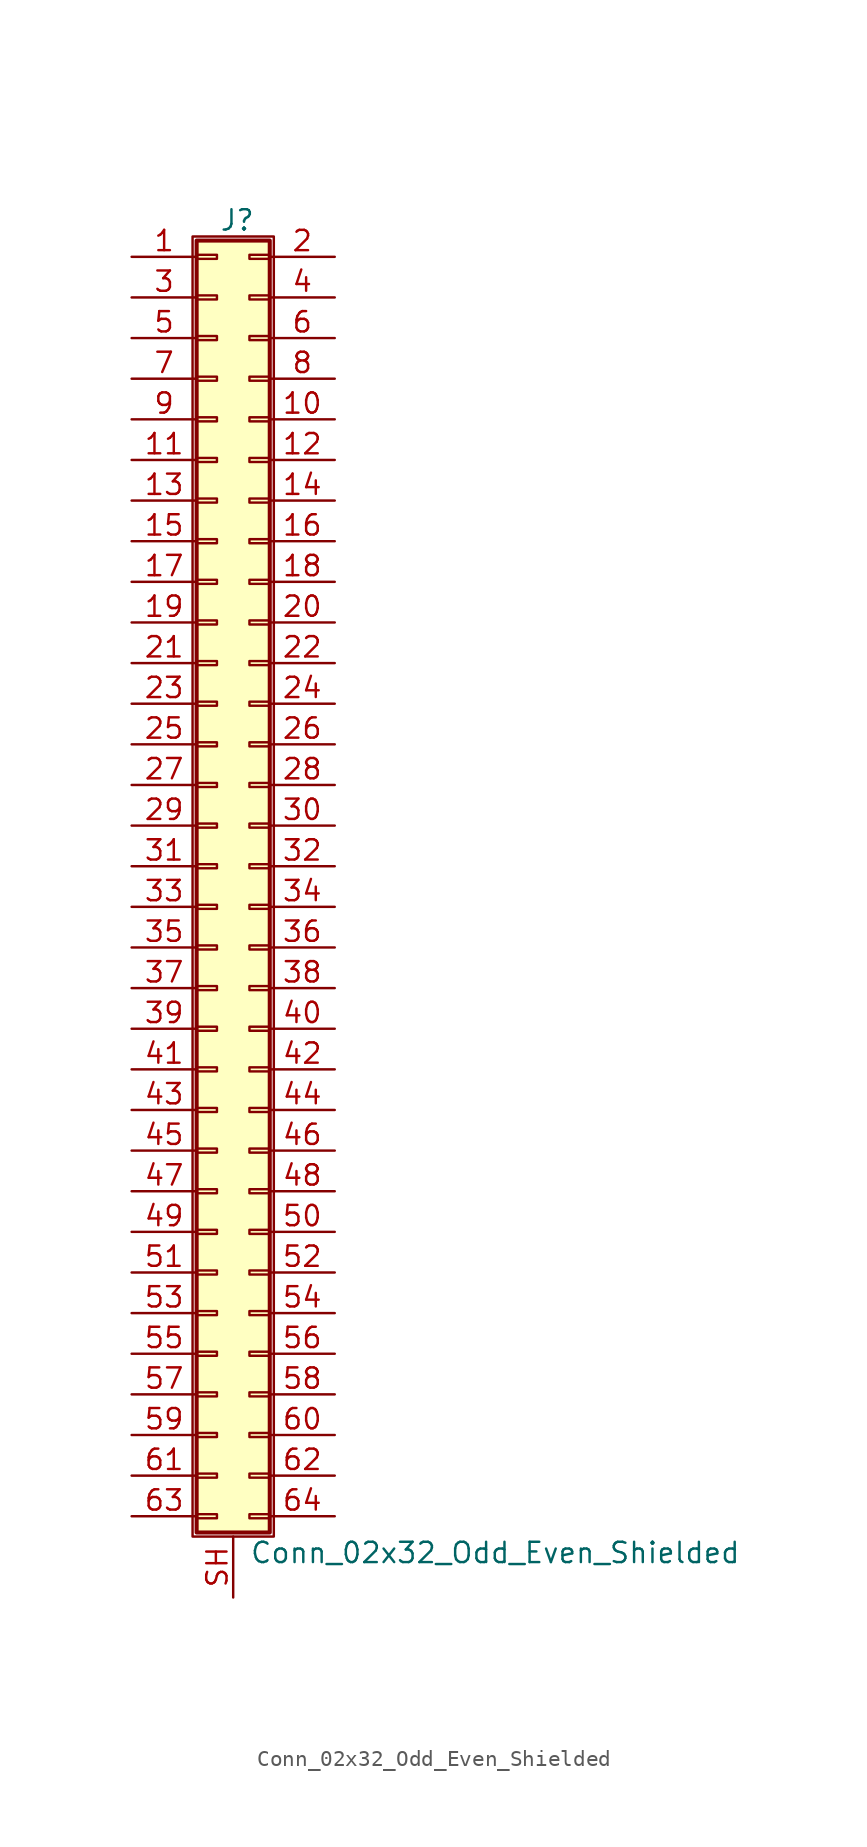
<source format=kicad_sym>
(kicad_symbol_lib
  (version 20211014)
  (generator kicad_symbol_editor)
  (symbol "Conn_02x32_Odd_Even_Shielded"
    (pin_names
      (offset 1.016) hide)
    (property "Reference" "J"
      (at 1.524 40.386 0)
      (effects (font (size 1.27 1.27))))
    (property "Value" "Conn_02x32_Odd_Even_Shielded"
      (at 2.286 -42.926 0)
      (effects (font (size 1.27 1.27)) (justify left)))
    (symbol "Conn_02x32_Odd_Even_Shielded_1_1"
      (rectangle (start -1.27 39.37) (end 3.81 -41.91) (stroke (width 0.152) (type default) (color 0 0 0 0)) (fill (type none)))
      (rectangle (start -1.016 -40.513) (end 0.254 -40.767) (stroke (width 0.152) (type default) (color 0 0 0 0)) (fill (type none)))
      (rectangle (start -1.016 -37.973) (end 0.254 -38.227) (stroke (width 0.152) (type default) (color 0 0 0 0)) (fill (type none)))
      (rectangle (start -1.016 -35.433) (end 0.254 -35.687) (stroke (width 0.152) (type default) (color 0 0 0 0)) (fill (type none)))
      (rectangle (start -1.016 -32.893) (end 0.254 -33.147) (stroke (width 0.152) (type default) (color 0 0 0 0)) (fill (type none)))
      (rectangle (start -1.016 -30.353) (end 0.254 -30.607) (stroke (width 0.152) (type default) (color 0 0 0 0)) (fill (type none)))
      (rectangle (start -1.016 -27.813) (end 0.254 -28.067) (stroke (width 0.152) (type default) (color 0 0 0 0)) (fill (type none)))
      (rectangle (start -1.016 -25.273) (end 0.254 -25.527) (stroke (width 0.152) (type default) (color 0 0 0 0)) (fill (type none)))
      (rectangle (start -1.016 -22.733) (end 0.254 -22.987) (stroke (width 0.152) (type default) (color 0 0 0 0)) (fill (type none)))
      (rectangle (start -1.016 -20.193) (end 0.254 -20.447) (stroke (width 0.152) (type default) (color 0 0 0 0)) (fill (type none)))
      (rectangle (start -1.016 -17.653) (end 0.254 -17.907) (stroke (width 0.152) (type default) (color 0 0 0 0)) (fill (type none)))
      (rectangle (start -1.016 -15.113) (end 0.254 -15.367) (stroke (width 0.152) (type default) (color 0 0 0 0)) (fill (type none)))
      (rectangle (start -1.016 -12.573) (end 0.254 -12.827) (stroke (width 0.152) (type default) (color 0 0 0 0)) (fill (type none)))
      (rectangle (start -1.016 -10.033) (end 0.254 -10.287) (stroke (width 0.152) (type default) (color 0 0 0 0)) (fill (type none)))
      (rectangle (start -1.016 -7.493) (end 0.254 -7.747) (stroke (width 0.152) (type default) (color 0 0 0 0)) (fill (type none)))
      (rectangle (start -1.016 -4.953) (end 0.254 -5.207) (stroke (width 0.152) (type default) (color 0 0 0 0)) (fill (type none)))
      (rectangle (start -1.016 -2.413) (end 0.254 -2.667) (stroke (width 0.152) (type default) (color 0 0 0 0)) (fill (type none)))
      (rectangle (start -1.016 0.127) (end 0.254 -0.127) (stroke (width 0.152) (type default) (color 0 0 0 0)) (fill (type none)))
      (rectangle (start -1.016 2.667) (end 0.254 2.413) (stroke (width 0.152) (type default) (color 0 0 0 0)) (fill (type none)))
      (rectangle (start -1.016 5.207) (end 0.254 4.953) (stroke (width 0.152) (type default) (color 0 0 0 0)) (fill (type none)))
      (rectangle (start -1.016 7.747) (end 0.254 7.493) (stroke (width 0.152) (type default) (color 0 0 0 0)) (fill (type none)))
      (rectangle (start -1.016 10.287) (end 0.254 10.033) (stroke (width 0.152) (type default) (color 0 0 0 0)) (fill (type none)))
      (rectangle (start -1.016 12.827) (end 0.254 12.573) (stroke (width 0.152) (type default) (color 0 0 0 0)) (fill (type none)))
      (rectangle (start -1.016 15.367) (end 0.254 15.113) (stroke (width 0.152) (type default) (color 0 0 0 0)) (fill (type none)))
      (rectangle (start -1.016 17.907) (end 0.254 17.653) (stroke (width 0.152) (type default) (color 0 0 0 0)) (fill (type none)))
      (rectangle (start -1.016 20.447) (end 0.254 20.193) (stroke (width 0.152) (type default) (color 0 0 0 0)) (fill (type none)))
      (rectangle (start -1.016 22.987) (end 0.254 22.733) (stroke (width 0.152) (type default) (color 0 0 0 0)) (fill (type none)))
      (rectangle (start -1.016 25.527) (end 0.254 25.273) (stroke (width 0.152) (type default) (color 0 0 0 0)) (fill (type none)))
      (rectangle (start -1.016 28.067) (end 0.254 27.813) (stroke (width 0.152) (type default) (color 0 0 0 0)) (fill (type none)))
      (rectangle (start -1.016 30.607) (end 0.254 30.353) (stroke (width 0.152) (type default) (color 0 0 0 0)) (fill (type none)))
      (rectangle (start -1.016 33.147) (end 0.254 32.893) (stroke (width 0.152) (type default) (color 0 0 0 0)) (fill (type none)))
      (rectangle (start -1.016 35.687) (end 0.254 35.433) (stroke (width 0.152) (type default) (color 0 0 0 0)) (fill (type none)))
      (rectangle (start -1.016 38.227) (end 0.254 37.973) (stroke (width 0.152) (type default) (color 0 0 0 0)) (fill (type none)))
      (rectangle (start -1.016 39.116) (end 3.556 -41.656) (stroke (width 0.254) (type default) (color 0 0 0 0)) (fill (type background)))
      (rectangle (start 3.556 -40.513) (end 2.286 -40.767) (stroke (width 0.152) (type default) (color 0 0 0 0)) (fill (type none)))
      (rectangle (start 3.556 -37.973) (end 2.286 -38.227) (stroke (width 0.152) (type default) (color 0 0 0 0)) (fill (type none)))
      (rectangle (start 3.556 -35.433) (end 2.286 -35.687) (stroke (width 0.152) (type default) (color 0 0 0 0)) (fill (type none)))
      (rectangle (start 3.556 -32.893) (end 2.286 -33.147) (stroke (width 0.152) (type default) (color 0 0 0 0)) (fill (type none)))
      (rectangle (start 3.556 -30.353) (end 2.286 -30.607) (stroke (width 0.152) (type default) (color 0 0 0 0)) (fill (type none)))
      (rectangle (start 3.556 -27.813) (end 2.286 -28.067) (stroke (width 0.152) (type default) (color 0 0 0 0)) (fill (type none)))
      (rectangle (start 3.556 -25.273) (end 2.286 -25.527) (stroke (width 0.152) (type default) (color 0 0 0 0)) (fill (type none)))
      (rectangle (start 3.556 -22.733) (end 2.286 -22.987) (stroke (width 0.152) (type default) (color 0 0 0 0)) (fill (type none)))
      (rectangle (start 3.556 -20.193) (end 2.286 -20.447) (stroke (width 0.152) (type default) (color 0 0 0 0)) (fill (type none)))
      (rectangle (start 3.556 -17.653) (end 2.286 -17.907) (stroke (width 0.152) (type default) (color 0 0 0 0)) (fill (type none)))
      (rectangle (start 3.556 -15.113) (end 2.286 -15.367) (stroke (width 0.152) (type default) (color 0 0 0 0)) (fill (type none)))
      (rectangle (start 3.556 -12.573) (end 2.286 -12.827) (stroke (width 0.152) (type default) (color 0 0 0 0)) (fill (type none)))
      (rectangle (start 3.556 -10.033) (end 2.286 -10.287) (stroke (width 0.152) (type default) (color 0 0 0 0)) (fill (type none)))
      (rectangle (start 3.556 -7.493) (end 2.286 -7.747) (stroke (width 0.152) (type default) (color 0 0 0 0)) (fill (type none)))
      (rectangle (start 3.556 -4.953) (end 2.286 -5.207) (stroke (width 0.152) (type default) (color 0 0 0 0)) (fill (type none)))
      (rectangle (start 3.556 -2.413) (end 2.286 -2.667) (stroke (width 0.152) (type default) (color 0 0 0 0)) (fill (type none)))
      (rectangle (start 3.556 0.127) (end 2.286 -0.127) (stroke (width 0.152) (type default) (color 0 0 0 0)) (fill (type none)))
      (rectangle (start 3.556 2.667) (end 2.286 2.413) (stroke (width 0.152) (type default) (color 0 0 0 0)) (fill (type none)))
      (rectangle (start 3.556 5.207) (end 2.286 4.953) (stroke (width 0.152) (type default) (color 0 0 0 0)) (fill (type none)))
      (rectangle (start 3.556 7.747) (end 2.286 7.493) (stroke (width 0.152) (type default) (color 0 0 0 0)) (fill (type none)))
      (rectangle (start 3.556 10.287) (end 2.286 10.033) (stroke (width 0.152) (type default) (color 0 0 0 0)) (fill (type none)))
      (rectangle (start 3.556 12.827) (end 2.286 12.573) (stroke (width 0.152) (type default) (color 0 0 0 0)) (fill (type none)))
      (rectangle (start 3.556 15.367) (end 2.286 15.113) (stroke (width 0.152) (type default) (color 0 0 0 0)) (fill (type none)))
      (rectangle (start 3.556 17.907) (end 2.286 17.653) (stroke (width 0.152) (type default) (color 0 0 0 0)) (fill (type none)))
      (rectangle (start 3.556 20.447) (end 2.286 20.193) (stroke (width 0.152) (type default) (color 0 0 0 0)) (fill (type none)))
      (rectangle (start 3.556 22.987) (end 2.286 22.733) (stroke (width 0.152) (type default) (color 0 0 0 0)) (fill (type none)))
      (rectangle (start 3.556 25.527) (end 2.286 25.273) (stroke (width 0.152) (type default) (color 0 0 0 0)) (fill (type none)))
      (rectangle (start 3.556 28.067) (end 2.286 27.813) (stroke (width 0.152) (type default) (color 0 0 0 0)) (fill (type none)))
      (rectangle (start 3.556 30.607) (end 2.286 30.353) (stroke (width 0.152) (type default) (color 0 0 0 0)) (fill (type none)))
      (rectangle (start 3.556 33.147) (end 2.286 32.893) (stroke (width 0.152) (type default) (color 0 0 0 0)) (fill (type none)))
      (rectangle (start 3.556 35.687) (end 2.286 35.433) (stroke (width 0.152) (type default) (color 0 0 0 0)) (fill (type none)))
      (rectangle (start 3.556 38.227) (end 2.286 37.973) (stroke (width 0.152) (type default) (color 0 0 0 0)) (fill (type none)))
      (pin passive line (at -5.08 38.1 0) (length 4.064) (name "Pin_1" (effects (font (size 1.27 1.27)))) (number "1" (effects (font (size 1.27 1.27)))))
      (pin passive line (at 7.62 27.94 180) (length 4.064) (name "Pin_10" (effects (font (size 1.27 1.27)))) (number "10" (effects (font (size 1.27 1.27)))))
      (pin passive line (at -5.08 25.4 0) (length 4.064) (name "Pin_11" (effects (font (size 1.27 1.27)))) (number "11" (effects (font (size 1.27 1.27)))))
      (pin passive line (at 7.62 25.4 180) (length 4.064) (name "Pin_12" (effects (font (size 1.27 1.27)))) (number "12" (effects (font (size 1.27 1.27)))))
      (pin passive line (at -5.08 22.86 0) (length 4.064) (name "Pin_13" (effects (font (size 1.27 1.27)))) (number "13" (effects (font (size 1.27 1.27)))))
      (pin passive line (at 7.62 22.86 180) (length 4.064) (name "Pin_14" (effects (font (size 1.27 1.27)))) (number "14" (effects (font (size 1.27 1.27)))))
      (pin passive line (at -5.08 20.32 0) (length 4.064) (name "Pin_15" (effects (font (size 1.27 1.27)))) (number "15" (effects (font (size 1.27 1.27)))))
      (pin passive line (at 7.62 20.32 180) (length 4.064) (name "Pin_16" (effects (font (size 1.27 1.27)))) (number "16" (effects (font (size 1.27 1.27)))))
      (pin passive line (at -5.08 17.78 0) (length 4.064) (name "Pin_17" (effects (font (size 1.27 1.27)))) (number "17" (effects (font (size 1.27 1.27)))))
      (pin passive line (at 7.62 17.78 180) (length 4.064) (name "Pin_18" (effects (font (size 1.27 1.27)))) (number "18" (effects (font (size 1.27 1.27)))))
      (pin passive line (at -5.08 15.24 0) (length 4.064) (name "Pin_19" (effects (font (size 1.27 1.27)))) (number "19" (effects (font (size 1.27 1.27)))))
      (pin passive line (at 7.62 38.1 180) (length 4.064) (name "Pin_2" (effects (font (size 1.27 1.27)))) (number "2" (effects (font (size 1.27 1.27)))))
      (pin passive line (at 7.62 15.24 180) (length 4.064) (name "Pin_20" (effects (font (size 1.27 1.27)))) (number "20" (effects (font (size 1.27 1.27)))))
      (pin passive line (at -5.08 12.7 0) (length 4.064) (name "Pin_21" (effects (font (size 1.27 1.27)))) (number "21" (effects (font (size 1.27 1.27)))))
      (pin passive line (at 7.62 12.7 180) (length 4.064) (name "Pin_22" (effects (font (size 1.27 1.27)))) (number "22" (effects (font (size 1.27 1.27)))))
      (pin passive line (at -5.08 10.16 0) (length 4.064) (name "Pin_23" (effects (font (size 1.27 1.27)))) (number "23" (effects (font (size 1.27 1.27)))))
      (pin passive line (at 7.62 10.16 180) (length 4.064) (name "Pin_24" (effects (font (size 1.27 1.27)))) (number "24" (effects (font (size 1.27 1.27)))))
      (pin passive line (at -5.08 7.62 0) (length 4.064) (name "Pin_25" (effects (font (size 1.27 1.27)))) (number "25" (effects (font (size 1.27 1.27)))))
      (pin passive line (at 7.62 7.62 180) (length 4.064) (name "Pin_26" (effects (font (size 1.27 1.27)))) (number "26" (effects (font (size 1.27 1.27)))))
      (pin passive line (at -5.08 5.08 0) (length 4.064) (name "Pin_27" (effects (font (size 1.27 1.27)))) (number "27" (effects (font (size 1.27 1.27)))))
      (pin passive line (at 7.62 5.08 180) (length 4.064) (name "Pin_28" (effects (font (size 1.27 1.27)))) (number "28" (effects (font (size 1.27 1.27)))))
      (pin passive line (at -5.08 2.54 0) (length 4.064) (name "Pin_29" (effects (font (size 1.27 1.27)))) (number "29" (effects (font (size 1.27 1.27)))))
      (pin passive line (at -5.08 35.56 0) (length 4.064) (name "Pin_3" (effects (font (size 1.27 1.27)))) (number "3" (effects (font (size 1.27 1.27)))))
      (pin passive line (at 7.62 2.54 180) (length 4.064) (name "Pin_30" (effects (font (size 1.27 1.27)))) (number "30" (effects (font (size 1.27 1.27)))))
      (pin passive line (at -5.08 0 0) (length 4.064) (name "Pin_31" (effects (font (size 1.27 1.27)))) (number "31" (effects (font (size 1.27 1.27)))))
      (pin passive line (at 7.62 0 180) (length 4.064) (name "Pin_32" (effects (font (size 1.27 1.27)))) (number "32" (effects (font (size 1.27 1.27)))))
      (pin passive line (at -5.08 -2.54 0) (length 4.064) (name "Pin_33" (effects (font (size 1.27 1.27)))) (number "33" (effects (font (size 1.27 1.27)))))
      (pin passive line (at 7.62 -2.54 180) (length 4.064) (name "Pin_34" (effects (font (size 1.27 1.27)))) (number "34" (effects (font (size 1.27 1.27)))))
      (pin passive line (at -5.08 -5.08 0) (length 4.064) (name "Pin_35" (effects (font (size 1.27 1.27)))) (number "35" (effects (font (size 1.27 1.27)))))
      (pin passive line (at 7.62 -5.08 180) (length 4.064) (name "Pin_36" (effects (font (size 1.27 1.27)))) (number "36" (effects (font (size 1.27 1.27)))))
      (pin passive line (at -5.08 -7.62 0) (length 4.064) (name "Pin_37" (effects (font (size 1.27 1.27)))) (number "37" (effects (font (size 1.27 1.27)))))
      (pin passive line (at 7.62 -7.62 180) (length 4.064) (name "Pin_38" (effects (font (size 1.27 1.27)))) (number "38" (effects (font (size 1.27 1.27)))))
      (pin passive line (at -5.08 -10.16 0) (length 4.064) (name "Pin_39" (effects (font (size 1.27 1.27)))) (number "39" (effects (font (size 1.27 1.27)))))
      (pin passive line (at 7.62 35.56 180) (length 4.064) (name "Pin_4" (effects (font (size 1.27 1.27)))) (number "4" (effects (font (size 1.27 1.27)))))
      (pin passive line (at 7.62 -10.16 180) (length 4.064) (name "Pin_40" (effects (font (size 1.27 1.27)))) (number "40" (effects (font (size 1.27 1.27)))))
      (pin passive line (at -5.08 -12.7 0) (length 4.064) (name "Pin_41" (effects (font (size 1.27 1.27)))) (number "41" (effects (font (size 1.27 1.27)))))
      (pin passive line (at 7.62 -12.7 180) (length 4.064) (name "Pin_42" (effects (font (size 1.27 1.27)))) (number "42" (effects (font (size 1.27 1.27)))))
      (pin passive line (at -5.08 -15.24 0) (length 4.064) (name "Pin_43" (effects (font (size 1.27 1.27)))) (number "43" (effects (font (size 1.27 1.27)))))
      (pin passive line (at 7.62 -15.24 180) (length 4.064) (name "Pin_44" (effects (font (size 1.27 1.27)))) (number "44" (effects (font (size 1.27 1.27)))))
      (pin passive line (at -5.08 -17.78 0) (length 4.064) (name "Pin_45" (effects (font (size 1.27 1.27)))) (number "45" (effects (font (size 1.27 1.27)))))
      (pin passive line (at 7.62 -17.78 180) (length 4.064) (name "Pin_46" (effects (font (size 1.27 1.27)))) (number "46" (effects (font (size 1.27 1.27)))))
      (pin passive line (at -5.08 -20.32 0) (length 4.064) (name "Pin_47" (effects (font (size 1.27 1.27)))) (number "47" (effects (font (size 1.27 1.27)))))
      (pin passive line (at 7.62 -20.32 180) (length 4.064) (name "Pin_48" (effects (font (size 1.27 1.27)))) (number "48" (effects (font (size 1.27 1.27)))))
      (pin passive line (at -5.08 -22.86 0) (length 4.064) (name "Pin_49" (effects (font (size 1.27 1.27)))) (number "49" (effects (font (size 1.27 1.27)))))
      (pin passive line (at -5.08 33.02 0) (length 4.064) (name "Pin_5" (effects (font (size 1.27 1.27)))) (number "5" (effects (font (size 1.27 1.27)))))
      (pin passive line (at 7.62 -22.86 180) (length 4.064) (name "Pin_50" (effects (font (size 1.27 1.27)))) (number "50" (effects (font (size 1.27 1.27)))))
      (pin passive line (at -5.08 -25.4 0) (length 4.064) (name "Pin_51" (effects (font (size 1.27 1.27)))) (number "51" (effects (font (size 1.27 1.27)))))
      (pin passive line (at 7.62 -25.4 180) (length 4.064) (name "Pin_52" (effects (font (size 1.27 1.27)))) (number "52" (effects (font (size 1.27 1.27)))))
      (pin passive line (at -5.08 -27.94 0) (length 4.064) (name "Pin_53" (effects (font (size 1.27 1.27)))) (number "53" (effects (font (size 1.27 1.27)))))
      (pin passive line (at 7.62 -27.94 180) (length 4.064) (name "Pin_54" (effects (font (size 1.27 1.27)))) (number "54" (effects (font (size 1.27 1.27)))))
      (pin passive line (at -5.08 -30.48 0) (length 4.064) (name "Pin_55" (effects (font (size 1.27 1.27)))) (number "55" (effects (font (size 1.27 1.27)))))
      (pin passive line (at 7.62 -30.48 180) (length 4.064) (name "Pin_56" (effects (font (size 1.27 1.27)))) (number "56" (effects (font (size 1.27 1.27)))))
      (pin passive line (at -5.08 -33.02 0) (length 4.064) (name "Pin_57" (effects (font (size 1.27 1.27)))) (number "57" (effects (font (size 1.27 1.27)))))
      (pin passive line (at 7.62 -33.02 180) (length 4.064) (name "Pin_58" (effects (font (size 1.27 1.27)))) (number "58" (effects (font (size 1.27 1.27)))))
      (pin passive line (at -5.08 -35.56 0) (length 4.064) (name "Pin_59" (effects (font (size 1.27 1.27)))) (number "59" (effects (font (size 1.27 1.27)))))
      (pin passive line (at 7.62 33.02 180) (length 4.064) (name "Pin_6" (effects (font (size 1.27 1.27)))) (number "6" (effects (font (size 1.27 1.27)))))
      (pin passive line (at 7.62 -35.56 180) (length 4.064) (name "Pin_60" (effects (font (size 1.27 1.27)))) (number "60" (effects (font (size 1.27 1.27)))))
      (pin passive line (at -5.08 -38.1 0) (length 4.064) (name "Pin_61" (effects (font (size 1.27 1.27)))) (number "61" (effects (font (size 1.27 1.27)))))
      (pin passive line (at 7.62 -38.1 180) (length 4.064) (name "Pin_62" (effects (font (size 1.27 1.27)))) (number "62" (effects (font (size 1.27 1.27)))))
      (pin passive line (at -5.08 -40.64 0) (length 4.064) (name "Pin_63" (effects (font (size 1.27 1.27)))) (number "63" (effects (font (size 1.27 1.27)))))
      (pin passive line (at 7.62 -40.64 180) (length 4.064) (name "Pin_64" (effects (font (size 1.27 1.27)))) (number "64" (effects (font (size 1.27 1.27)))))
      (pin passive line (at -5.08 30.48 0) (length 4.064) (name "Pin_7" (effects (font (size 1.27 1.27)))) (number "7" (effects (font (size 1.27 1.27)))))
      (pin passive line (at 7.62 30.48 180) (length 4.064) (name "Pin_8" (effects (font (size 1.27 1.27)))) (number "8" (effects (font (size 1.27 1.27)))))
      (pin passive line (at -5.08 27.94 0) (length 4.064) (name "Pin_9" (effects (font (size 1.27 1.27)))) (number "9" (effects (font (size 1.27 1.27)))))
      (pin passive line (at 1.27 -45.72 90) (length 3.81) (name "Shield" (effects (font (size 1.27 1.27)))) (number "SH" (effects (font (size 1.27 1.27))))))))
</source>
